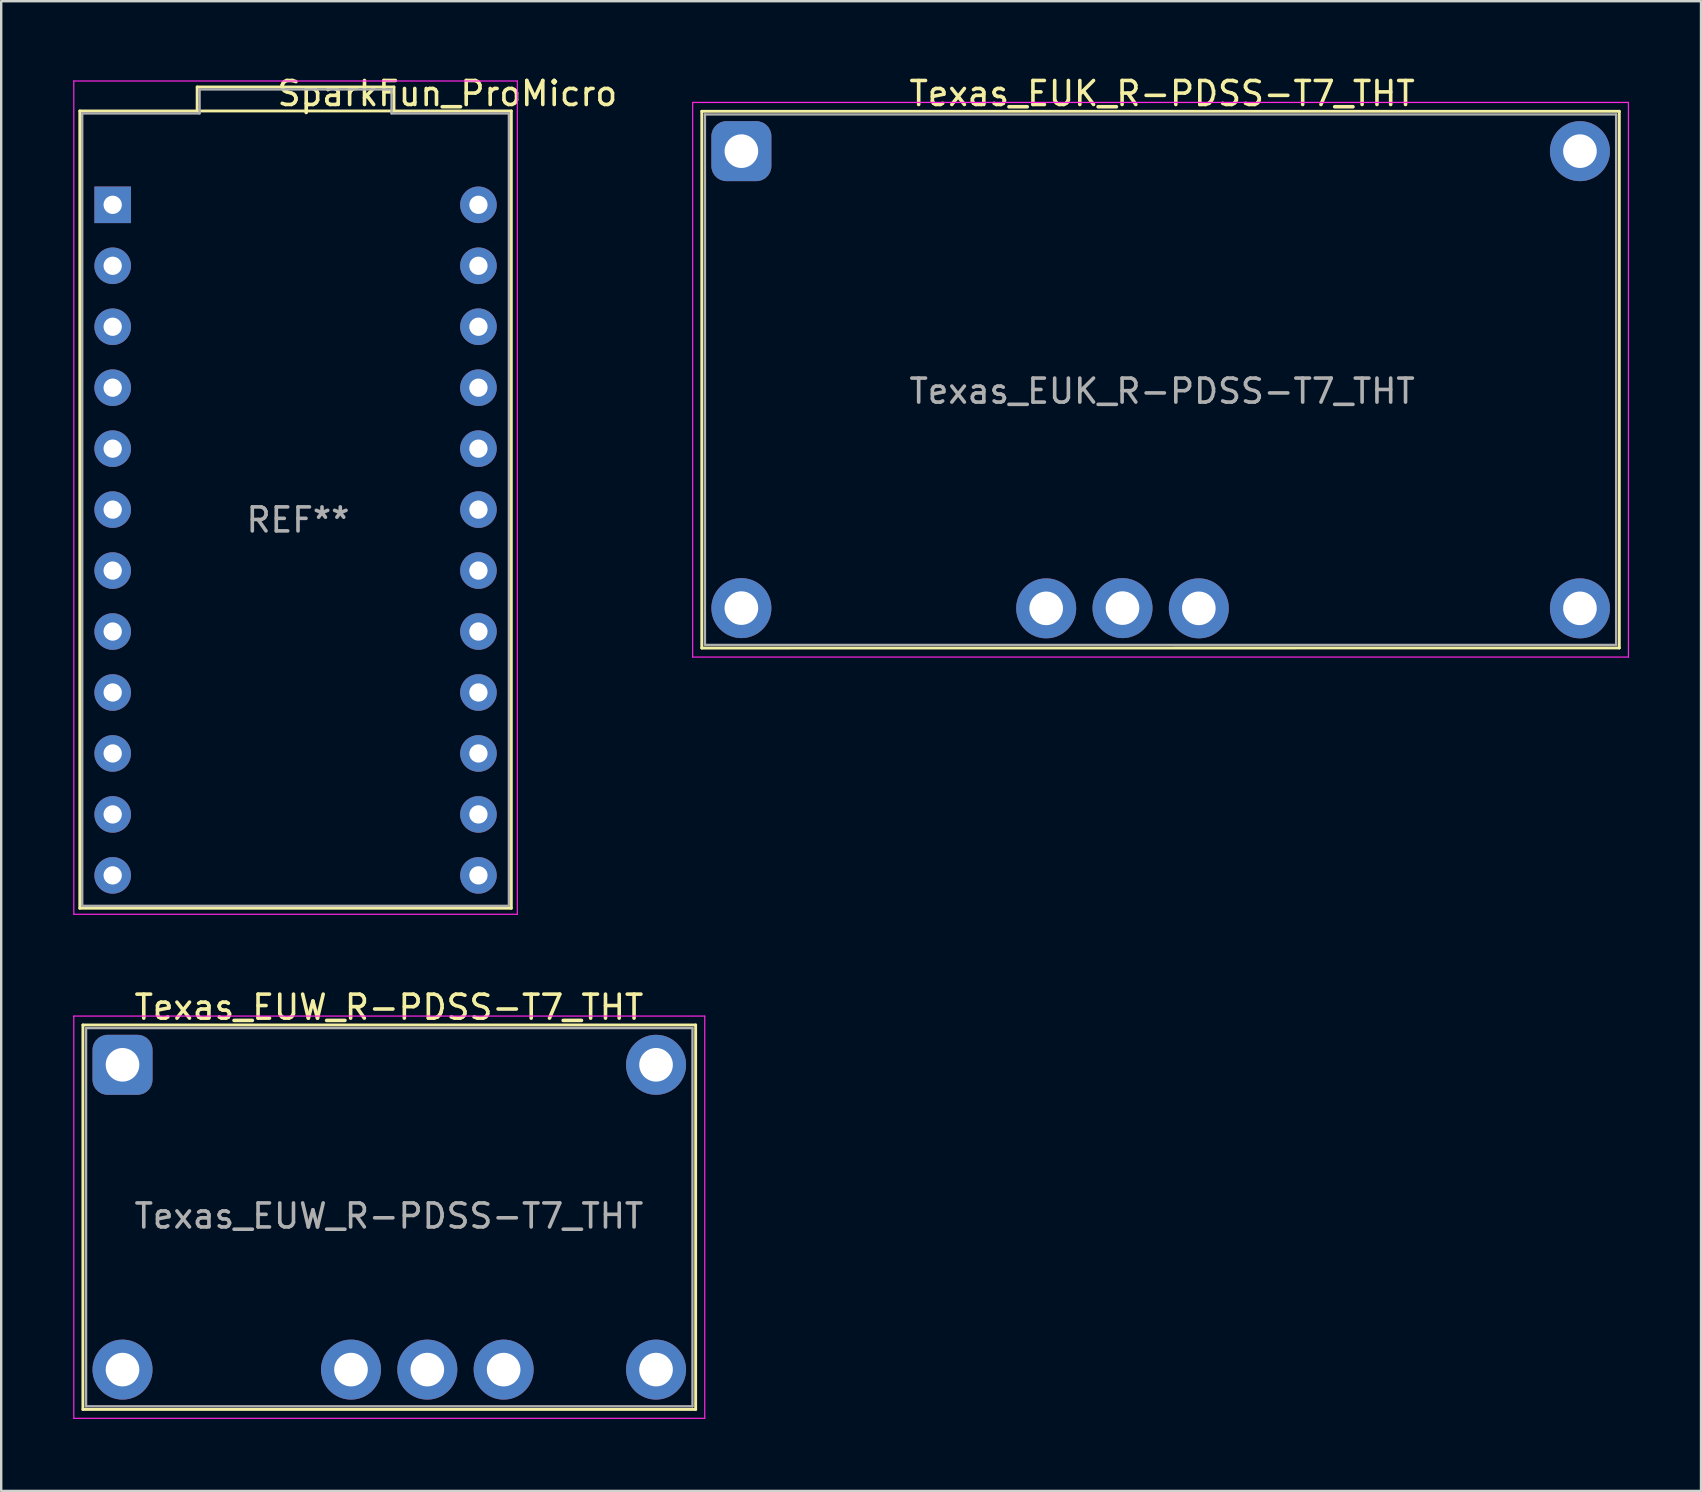
<source format=kicad_pcb>
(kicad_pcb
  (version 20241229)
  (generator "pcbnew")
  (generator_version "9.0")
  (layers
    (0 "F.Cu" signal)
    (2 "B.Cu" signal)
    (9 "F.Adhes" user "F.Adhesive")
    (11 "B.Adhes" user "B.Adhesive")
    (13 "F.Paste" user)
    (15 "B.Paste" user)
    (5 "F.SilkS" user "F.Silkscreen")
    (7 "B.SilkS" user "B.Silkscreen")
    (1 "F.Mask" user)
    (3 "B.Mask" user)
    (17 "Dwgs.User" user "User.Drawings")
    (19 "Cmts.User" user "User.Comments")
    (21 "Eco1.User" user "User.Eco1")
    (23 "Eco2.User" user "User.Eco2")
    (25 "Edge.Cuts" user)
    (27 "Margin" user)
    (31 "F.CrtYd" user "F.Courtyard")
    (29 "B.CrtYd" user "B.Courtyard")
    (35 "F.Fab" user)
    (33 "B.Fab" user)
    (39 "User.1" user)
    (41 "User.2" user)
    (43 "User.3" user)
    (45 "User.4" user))
  (footprint "Texas_EUK_R-PDSS-T7_THT"
    (layer "F.Cu")
    (at 27.841 3.248)
    (property "Reference" "Texas_EUK_R-PDSS-T7_THT" (at 17.53 -2.4 0) (layer "F.SilkS") (effects (font (size 1 1) (thickness 0.15))))
    (attr through_hole)
    (fp_line (start -1.65 -1.66) (end -1.65 20.705) (stroke (width 0.12) (type solid)) (layer "F.SilkS"))
    (fp_line (start -1.65 -1.66) (end 36.58 -1.66) (stroke (width 0.12) (type solid)) (layer "F.SilkS"))
    (fp_line (start -1.65 20.705) (end 36.58 20.7) (stroke (width 0.12) (type solid)) (layer "F.SilkS"))
    (fp_line (start 36.58 -1.66) (end 36.58 20.7) (stroke (width 0.12) (type solid)) (layer "F.SilkS"))
    (fp_line (start -2.03 21.08) (end -2.03 -2.03) (stroke (width 0.05) (type solid)) (layer "F.CrtYd"))
    (fp_line (start -2.03 21.08) (end 36.96 21.08) (stroke (width 0.05) (type solid)) (layer "F.CrtYd"))
    (fp_line (start 36.96 -2.03) (end -2.03 -2.03) (stroke (width 0.05) (type solid)) (layer "F.CrtYd"))
    (fp_line (start 36.96 -2.03) (end 36.96 21.08) (stroke (width 0.05) (type solid)) (layer "F.CrtYd"))
    (fp_line (start -1.52 20.575) (end -1.52 -1.53) (stroke (width 0.1) (type solid)) (layer "F.Fab"))
    (fp_line (start 36.45 -1.53) (end -1.52 -1.53) (stroke (width 0.1) (type solid)) (layer "F.Fab"))
    (fp_line (start 36.45 20.575) (end -1.52 20.575) (stroke (width 0.1) (type solid)) (layer "F.Fab"))
    (fp_line (start 36.45 20.575) (end 36.45 -1.53) (stroke (width 0.1) (type solid)) (layer "F.Fab"))
    (fp_text user "${REFERENCE}" (at 17.53 10 0) (layer "F.Fab") (effects (font (size 1 1) (thickness 0.15))))
    (pad "1" thru_hole roundrect (at 0 0) (size 2.5 2.5) (drill 1.4) (layers "*.Cu" "*.Mask") (roundrect_rratio 0.25))
    (pad "2" thru_hole circle (at 0 19.04) (size 2.5 2.5) (drill 1.4) (layers "*.Cu" "*.Mask"))
    (pad "3" thru_hole circle (at 12.7 19.05) (size 2.5 2.5) (drill 1.4) (layers "*.Cu" "*.Mask"))
    (pad "4" thru_hole circle (at 15.88 19.04) (size 2.5 2.5) (drill 1.4) (layers "*.Cu" "*.Mask"))
    (pad "5" thru_hole circle (at 19.06 19.05) (size 2.5 2.5) (drill 1.4) (layers "*.Cu" "*.Mask"))
    (pad "6" thru_hole circle (at 34.94 19.05) (size 2.5 2.5) (drill 1.4) (layers "*.Cu" "*.Mask"))
    (pad "7" thru_hole circle (at 34.94 0) (size 2.5 2.5) (drill 1.4) (layers "*.Cu" "*.Mask")))
  (footprint "SparkFun_ProMicro"
    (layer "F.Cu")
    (at 1.645 5.484)
    (property "Reference" "SparkFun_ProMicro" (at 13.945 -4.636 0) (layer "F.SilkS") (effects (font (size 1 1) (thickness 0.15))))
    (attr through_hole)
    (fp_line (start -1.37 -3.91) (end 16.61 -3.91) (stroke (width 0.12) (type solid)) (layer "F.SilkS"))
    (fp_line (start -1.37 29.31) (end -1.37 -3.91) (stroke (width 0.12) (type solid)) (layer "F.SilkS"))
    (fp_line (start 3.52 -4.91) (end 11.72 -4.91) (stroke (width 0.12) (type solid)) (layer "F.SilkS"))
    (fp_line (start 3.52 -3.91) (end 3.52 -4.91) (stroke (width 0.12) (type solid)) (layer "F.SilkS"))
    (fp_line (start 11.72 -4.91) (end 11.72 -3.91) (stroke (width 0.12) (type solid)) (layer "F.SilkS"))
    (fp_line (start 16.61 -3.91) (end 16.61 29.31) (stroke (width 0.12) (type solid)) (layer "F.SilkS"))
    (fp_line (start 16.61 29.31) (end -1.37 29.31) (stroke (width 0.12) (type solid)) (layer "F.SilkS"))
    (fp_line (start -1.62 -5.16) (end -1.62 29.56) (stroke (width 0.05) (type solid)) (layer "F.CrtYd"))
    (fp_line (start -1.62 29.56) (end 16.86 29.56) (stroke (width 0.05) (type solid)) (layer "F.CrtYd"))
    (fp_line (start 16.86 -5.16) (end -1.62 -5.16) (stroke (width 0.05) (type solid)) (layer "F.CrtYd"))
    (fp_line (start 16.86 29.56) (end 16.86 -5.16) (stroke (width 0.05) (type solid)) (layer "F.CrtYd"))
    (fp_line (start -1.27 -3.81) (end 3.62 -3.81) (stroke (width 0.1) (type solid)) (layer "F.Fab"))
    (fp_line (start -1.27 29.21) (end -1.27 -3.81) (stroke (width 0.1) (type solid)) (layer "F.Fab"))
    (fp_line (start 3.62 -4.81) (end 11.62 -4.81) (stroke (width 0.1) (type solid)) (layer "F.Fab"))
    (fp_line (start 3.62 -3.81) (end 3.62 -4.81) (stroke (width 0.1) (type solid)) (layer "F.Fab"))
    (fp_line (start 11.62 -4.81) (end 11.62 -3.81) (stroke (width 0.1) (type solid)) (layer "F.Fab"))
    (fp_line (start 11.62 -3.81) (end 16.51 -3.81) (stroke (width 0.1) (type solid)) (layer "F.Fab"))
    (fp_line (start 16.51 -3.81) (end 16.51 29.21) (stroke (width 0.1) (type solid)) (layer "F.Fab"))
    (fp_line (start 16.51 29.21) (end -1.27 29.21) (stroke (width 0.1) (type solid)) (layer "F.Fab"))
    (fp_text user "REF**" (at 7.722 13.132 0) (layer "F.Fab") (effects (font (size 1 1) (thickness 0.15))))
    (pad "1" thru_hole rect (at 0 0) (size 1.524 1.524) (drill 0.762) (layers "*.Cu" "*.Mask"))
    (pad "2" thru_hole circle (at 0 2.54) (size 1.524 1.524) (drill 0.762) (layers "*.Cu" "*.Mask"))
    (pad "3" thru_hole circle (at 0 5.08) (size 1.524 1.524) (drill 0.762) (layers "*.Cu" "*.Mask"))
    (pad "4" thru_hole circle (at 0 7.62) (size 1.524 1.524) (drill 0.762) (layers "*.Cu" "*.Mask"))
    (pad "5" thru_hole circle (at 0 10.16) (size 1.524 1.524) (drill 0.762) (layers "*.Cu" "*.Mask"))
    (pad "6" thru_hole circle (at 0 12.7) (size 1.524 1.524) (drill 0.762) (layers "*.Cu" "*.Mask"))
    (pad "7" thru_hole circle (at 0 15.24) (size 1.524 1.524) (drill 0.762) (layers "*.Cu" "*.Mask"))
    (pad "8" thru_hole circle (at 0 17.78) (size 1.524 1.524) (drill 0.762) (layers "*.Cu" "*.Mask"))
    (pad "9" thru_hole circle (at 0 20.32) (size 1.524 1.524) (drill 0.762) (layers "*.Cu" "*.Mask"))
    (pad "10" thru_hole circle (at 0 22.86) (size 1.524 1.524) (drill 0.762) (layers "*.Cu" "*.Mask"))
    (pad "11" thru_hole circle (at 0 25.4) (size 1.524 1.524) (drill 0.762) (layers "*.Cu" "*.Mask"))
    (pad "12" thru_hole circle (at 0 27.94) (size 1.524 1.524) (drill 0.762) (layers "*.Cu" "*.Mask"))
    (pad "13" thru_hole circle (at 15.24 27.94) (size 1.524 1.524) (drill 0.762) (layers "*.Cu" "*.Mask"))
    (pad "14" thru_hole circle (at 15.24 25.4) (size 1.524 1.524) (drill 0.762) (layers "*.Cu" "*.Mask"))
    (pad "15" thru_hole circle (at 15.24 22.86) (size 1.524 1.524) (drill 0.762) (layers "*.Cu" "*.Mask"))
    (pad "16" thru_hole circle (at 15.24 20.32) (size 1.524 1.524) (drill 0.762) (layers "*.Cu" "*.Mask"))
    (pad "17" thru_hole circle (at 15.24 17.78) (size 1.524 1.524) (drill 0.762) (layers "*.Cu" "*.Mask"))
    (pad "18" thru_hole circle (at 15.24 15.24) (size 1.524 1.524) (drill 0.762) (layers "*.Cu" "*.Mask"))
    (pad "19" thru_hole circle (at 15.24 12.7) (size 1.524 1.524) (drill 0.762) (layers "*.Cu" "*.Mask"))
    (pad "20" thru_hole circle (at 15.24 10.16) (size 1.524 1.524) (drill 0.762) (layers "*.Cu" "*.Mask"))
    (pad "21" thru_hole circle (at 15.24 7.62) (size 1.524 1.524) (drill 0.762) (layers "*.Cu" "*.Mask"))
    (pad "22" thru_hole circle (at 15.24 5.08) (size 1.524 1.524) (drill 0.762) (layers "*.Cu" "*.Mask"))
    (pad "23" thru_hole circle (at 15.24 2.54) (size 1.524 1.524) (drill 0.762) (layers "*.Cu" "*.Mask"))
    (pad "24" thru_hole circle (at 15.24 0) (size 1.524 1.524) (drill 0.762) (layers "*.Cu" "*.Mask")))
  (footprint "Texas_EUW_R-PDSS-T7_THT"
    (layer "F.Cu")
    (at 2.055 41.317)
    (property "Reference" "Texas_EUW_R-PDSS-T7_THT" (at 11.1 -2.4 0) (layer "F.SilkS") (effects (font (size 1 1) (thickness 0.15))))
    (attr through_hole)
    (fp_line (start -1.65 -1.66) (end -1.65 14.36) (stroke (width 0.12) (type solid)) (layer "F.SilkS"))
    (fp_line (start -1.65 -1.66) (end 23.88 -1.66) (stroke (width 0.12) (type solid)) (layer "F.SilkS"))
    (fp_line (start -1.65 14.36) (end 23.88 14.36) (stroke (width 0.12) (type solid)) (layer "F.SilkS"))
    (fp_line (start 23.88 -1.66) (end 23.88 14.36) (stroke (width 0.12) (type solid)) (layer "F.SilkS"))
    (fp_line (start -2.03 14.73) (end -2.03 -2.03) (stroke (width 0.05) (type solid)) (layer "F.CrtYd"))
    (fp_line (start 24.26 -2.03) (end -2.03 -2.03) (stroke (width 0.05) (type solid)) (layer "F.CrtYd"))
    (fp_line (start 24.26 -2.03) (end 24.26 14.73) (stroke (width 0.05) (type solid)) (layer "F.CrtYd"))
    (fp_line (start 24.26 14.73) (end -2.03 14.73) (stroke (width 0.05) (type solid)) (layer "F.CrtYd"))
    (fp_line (start -1.52 14.23) (end -1.52 -1.53) (stroke (width 0.1) (type solid)) (layer "F.Fab"))
    (fp_line (start -1.52 14.23) (end 23.75 14.23) (stroke (width 0.1) (type solid)) (layer "F.Fab"))
    (fp_line (start 23.75 -1.53) (end -1.52 -1.53) (stroke (width 0.1) (type solid)) (layer "F.Fab"))
    (fp_line (start 23.75 14.23) (end 23.75 -1.53) (stroke (width 0.1) (type solid)) (layer "F.Fab"))
    (fp_text user "${REFERENCE}" (at 11.1 6.3 0) (layer "F.Fab") (effects (font (size 1 1) (thickness 0.15))))
    (pad "1" thru_hole roundrect (at 0 0) (size 2.5 2.5) (drill 1.4) (layers "*.Cu" "*.Mask") (roundrect_rratio 0.25))
    (pad "2" thru_hole circle (at 0 12.7) (size 2.5 2.5) (drill 1.4) (layers "*.Cu" "*.Mask"))
    (pad "3" thru_hole circle (at 9.52 12.7) (size 2.5 2.5) (drill 1.4) (layers "*.Cu" "*.Mask"))
    (pad "4" thru_hole circle (at 12.7 12.7) (size 2.5 2.5) (drill 1.4) (layers "*.Cu" "*.Mask"))
    (pad "5" thru_hole circle (at 15.88 12.7) (size 2.5 2.5) (drill 1.4) (layers "*.Cu" "*.Mask"))
    (pad "6" thru_hole circle (at 22.23 12.7) (size 2.5 2.5) (drill 1.4) (layers "*.Cu" "*.Mask"))
    (pad "7" thru_hole circle (at 22.23 0) (size 2.5 2.5) (drill 1.4) (layers "*.Cu" "*.Mask")))
  (gr_rect
    (start -3 -3)
    (end 67.826 59.072)
    (stroke (width 0.1) (type default))
    (fill no)
    (layer "Edge.Cuts")))
</source>
